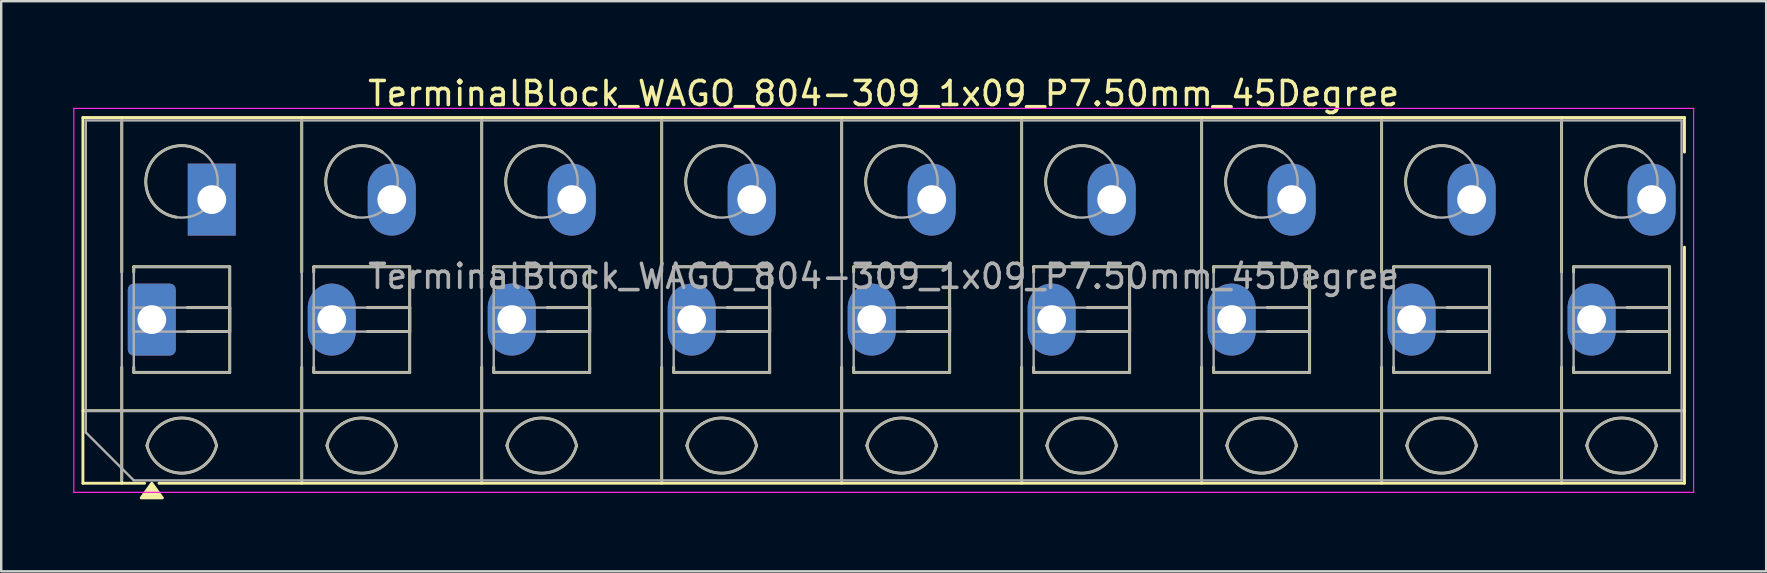
<source format=kicad_pcb>
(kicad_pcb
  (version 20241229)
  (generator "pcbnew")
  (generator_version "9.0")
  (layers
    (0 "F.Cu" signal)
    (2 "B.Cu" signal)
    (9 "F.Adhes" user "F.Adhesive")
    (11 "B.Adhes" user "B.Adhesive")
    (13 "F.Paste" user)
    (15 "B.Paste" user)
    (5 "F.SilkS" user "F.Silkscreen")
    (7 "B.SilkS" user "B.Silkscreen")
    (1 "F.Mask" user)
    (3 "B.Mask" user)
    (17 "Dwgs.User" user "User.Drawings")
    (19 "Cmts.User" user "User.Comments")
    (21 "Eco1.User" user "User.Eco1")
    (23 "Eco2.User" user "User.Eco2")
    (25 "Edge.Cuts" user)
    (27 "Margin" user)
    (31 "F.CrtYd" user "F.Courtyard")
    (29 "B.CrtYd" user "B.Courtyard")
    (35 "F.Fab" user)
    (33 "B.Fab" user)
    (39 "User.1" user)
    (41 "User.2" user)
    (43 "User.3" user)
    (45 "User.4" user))
  (footprint "TerminalBlock_WAGO_804-309_1x09_P7.50mm_45Degree"
    (layer "F.Cu")
    (at 3.275 10.268)
    (property "Reference" "TerminalBlock_WAGO_804-309_1x09_P7.50mm_45Degree" (at 30.5 -9.42 0) (layer "F.SilkS") (effects (font (size 1 1) (thickness 0.15))))
    (attr through_hole)
    (fp_line (start -2.87 -8.42) (end -2.87 6.82) (stroke (width 0.12) (type solid)) (layer "F.SilkS"))
    (fp_line (start -2.87 -8.42) (end 63.87 -8.42) (stroke (width 0.12) (type solid)) (layer "F.SilkS"))
    (fp_line (start -2.87 3.8) (end 63.87 3.8) (stroke (width 0.12) (type solid)) (layer "F.SilkS"))
    (fp_line (start -2.87 6.82) (end -0.3 6.82) (stroke (width 0.12) (type solid)) (layer "F.SilkS"))
    (fp_line (start -1.25 -8.42) (end -1.25 -1.98) (stroke (width 0.12) (type solid)) (layer "F.SilkS"))
    (fp_line (start -1.25 1.98) (end -1.25 6.82) (stroke (width 0.12) (type solid)) (layer "F.SilkS"))
    (fp_line (start -0.75 -2.2) (end -0.75 -1.98) (stroke (width 0.12) (type solid)) (layer "F.SilkS"))
    (fp_line (start -0.75 -2.2) (end 3.25 -2.2) (stroke (width 0.12) (type solid)) (layer "F.SilkS"))
    (fp_line (start -0.75 1.98) (end -0.75 2.2) (stroke (width 0.12) (type solid)) (layer "F.SilkS"))
    (fp_line (start -0.75 2.2) (end 3.25 2.2) (stroke (width 0.12) (type solid)) (layer "F.SilkS"))
    (fp_line (start 0.3 6.82) (end 63.87 6.82) (stroke (width 0.12) (type solid)) (layer "F.SilkS"))
    (fp_line (start 1.48 -0.5) (end 3.25 -0.5) (stroke (width 0.12) (type solid)) (layer "F.SilkS"))
    (fp_line (start 1.48 0.5) (end 3.25 0.5) (stroke (width 0.12) (type solid)) (layer "F.SilkS"))
    (fp_line (start 3.25 -2.2) (end 3.25 2.2) (stroke (width 0.12) (type solid)) (layer "F.SilkS"))
    (fp_line (start 3.25 -0.5) (end 3.25 0.5) (stroke (width 0.12) (type solid)) (layer "F.SilkS"))
    (fp_line (start 6.25 -8.42) (end 6.25 -1.98) (stroke (width 0.12) (type solid)) (layer "F.SilkS"))
    (fp_line (start 6.25 1.98) (end 6.25 6.82) (stroke (width 0.12) (type solid)) (layer "F.SilkS"))
    (fp_line (start 6.75 -2.2) (end 6.75 -1.98) (stroke (width 0.12) (type solid)) (layer "F.SilkS"))
    (fp_line (start 6.75 -2.2) (end 10.75 -2.2) (stroke (width 0.12) (type solid)) (layer "F.SilkS"))
    (fp_line (start 6.75 1.98) (end 6.75 2.2) (stroke (width 0.12) (type solid)) (layer "F.SilkS"))
    (fp_line (start 6.75 2.2) (end 10.75 2.2) (stroke (width 0.12) (type solid)) (layer "F.SilkS"))
    (fp_line (start 8.98 -0.5) (end 10.75 -0.5) (stroke (width 0.12) (type solid)) (layer "F.SilkS"))
    (fp_line (start 8.98 0.5) (end 10.75 0.5) (stroke (width 0.12) (type solid)) (layer "F.SilkS"))
    (fp_line (start 10.75 -2.2) (end 10.75 2.2) (stroke (width 0.12) (type solid)) (layer "F.SilkS"))
    (fp_line (start 10.75 -0.5) (end 10.75 0.5) (stroke (width 0.12) (type solid)) (layer "F.SilkS"))
    (fp_line (start 13.75 -8.42) (end 13.75 -1.98) (stroke (width 0.12) (type solid)) (layer "F.SilkS"))
    (fp_line (start 13.75 1.98) (end 13.75 6.82) (stroke (width 0.12) (type solid)) (layer "F.SilkS"))
    (fp_line (start 14.25 -2.2) (end 14.25 -1.98) (stroke (width 0.12) (type solid)) (layer "F.SilkS"))
    (fp_line (start 14.25 -2.2) (end 18.25 -2.2) (stroke (width 0.12) (type solid)) (layer "F.SilkS"))
    (fp_line (start 14.25 1.98) (end 14.25 2.2) (stroke (width 0.12) (type solid)) (layer "F.SilkS"))
    (fp_line (start 14.25 2.2) (end 18.25 2.2) (stroke (width 0.12) (type solid)) (layer "F.SilkS"))
    (fp_line (start 16.48 -0.5) (end 18.25 -0.5) (stroke (width 0.12) (type solid)) (layer "F.SilkS"))
    (fp_line (start 16.48 0.5) (end 18.25 0.5) (stroke (width 0.12) (type solid)) (layer "F.SilkS"))
    (fp_line (start 18.25 -2.2) (end 18.25 2.2) (stroke (width 0.12) (type solid)) (layer "F.SilkS"))
    (fp_line (start 18.25 -0.5) (end 18.25 0.5) (stroke (width 0.12) (type solid)) (layer "F.SilkS"))
    (fp_line (start 21.25 -8.42) (end 21.25 -1.98) (stroke (width 0.12) (type solid)) (layer "F.SilkS"))
    (fp_line (start 21.25 1.98) (end 21.25 6.82) (stroke (width 0.12) (type solid)) (layer "F.SilkS"))
    (fp_line (start 21.75 -2.2) (end 21.75 -1.98) (stroke (width 0.12) (type solid)) (layer "F.SilkS"))
    (fp_line (start 21.75 -2.2) (end 25.75 -2.2) (stroke (width 0.12) (type solid)) (layer "F.SilkS"))
    (fp_line (start 21.75 1.98) (end 21.75 2.2) (stroke (width 0.12) (type solid)) (layer "F.SilkS"))
    (fp_line (start 21.75 2.2) (end 25.75 2.2) (stroke (width 0.12) (type solid)) (layer "F.SilkS"))
    (fp_line (start 23.98 -0.5) (end 25.75 -0.5) (stroke (width 0.12) (type solid)) (layer "F.SilkS"))
    (fp_line (start 23.98 0.5) (end 25.75 0.5) (stroke (width 0.12) (type solid)) (layer "F.SilkS"))
    (fp_line (start 25.75 -2.2) (end 25.75 2.2) (stroke (width 0.12) (type solid)) (layer "F.SilkS"))
    (fp_line (start 25.75 -0.5) (end 25.75 0.5) (stroke (width 0.12) (type solid)) (layer "F.SilkS"))
    (fp_line (start 28.75 -8.42) (end 28.75 -1.98) (stroke (width 0.12) (type solid)) (layer "F.SilkS"))
    (fp_line (start 28.75 1.98) (end 28.75 6.82) (stroke (width 0.12) (type solid)) (layer "F.SilkS"))
    (fp_line (start 29.25 -2.2) (end 29.25 -1.98) (stroke (width 0.12) (type solid)) (layer "F.SilkS"))
    (fp_line (start 29.25 -2.2) (end 33.25 -2.2) (stroke (width 0.12) (type solid)) (layer "F.SilkS"))
    (fp_line (start 29.25 1.98) (end 29.25 2.2) (stroke (width 0.12) (type solid)) (layer "F.SilkS"))
    (fp_line (start 29.25 2.2) (end 33.25 2.2) (stroke (width 0.12) (type solid)) (layer "F.SilkS"))
    (fp_line (start 31.48 -0.5) (end 33.25 -0.5) (stroke (width 0.12) (type solid)) (layer "F.SilkS"))
    (fp_line (start 31.48 0.5) (end 33.25 0.5) (stroke (width 0.12) (type solid)) (layer "F.SilkS"))
    (fp_line (start 33.25 -2.2) (end 33.25 2.2) (stroke (width 0.12) (type solid)) (layer "F.SilkS"))
    (fp_line (start 33.25 -0.5) (end 33.25 0.5) (stroke (width 0.12) (type solid)) (layer "F.SilkS"))
    (fp_line (start 36.25 -8.42) (end 36.25 -1.98) (stroke (width 0.12) (type solid)) (layer "F.SilkS"))
    (fp_line (start 36.25 1.98) (end 36.25 6.82) (stroke (width 0.12) (type solid)) (layer "F.SilkS"))
    (fp_line (start 36.75 -2.2) (end 36.75 -1.98) (stroke (width 0.12) (type solid)) (layer "F.SilkS"))
    (fp_line (start 36.75 -2.2) (end 40.75 -2.2) (stroke (width 0.12) (type solid)) (layer "F.SilkS"))
    (fp_line (start 36.75 1.98) (end 36.75 2.2) (stroke (width 0.12) (type solid)) (layer "F.SilkS"))
    (fp_line (start 36.75 2.2) (end 40.75 2.2) (stroke (width 0.12) (type solid)) (layer "F.SilkS"))
    (fp_line (start 38.98 -0.5) (end 40.75 -0.5) (stroke (width 0.12) (type solid)) (layer "F.SilkS"))
    (fp_line (start 38.98 0.5) (end 40.75 0.5) (stroke (width 0.12) (type solid)) (layer "F.SilkS"))
    (fp_line (start 40.75 -2.2) (end 40.75 2.2) (stroke (width 0.12) (type solid)) (layer "F.SilkS"))
    (fp_line (start 40.75 -0.5) (end 40.75 0.5) (stroke (width 0.12) (type solid)) (layer "F.SilkS"))
    (fp_line (start 43.75 -8.42) (end 43.75 -1.98) (stroke (width 0.12) (type solid)) (layer "F.SilkS"))
    (fp_line (start 43.75 1.98) (end 43.75 6.82) (stroke (width 0.12) (type solid)) (layer "F.SilkS"))
    (fp_line (start 44.25 -2.2) (end 44.25 -1.98) (stroke (width 0.12) (type solid)) (layer "F.SilkS"))
    (fp_line (start 44.25 -2.2) (end 48.25 -2.2) (stroke (width 0.12) (type solid)) (layer "F.SilkS"))
    (fp_line (start 44.25 1.98) (end 44.25 2.2) (stroke (width 0.12) (type solid)) (layer "F.SilkS"))
    (fp_line (start 44.25 2.2) (end 48.25 2.2) (stroke (width 0.12) (type solid)) (layer "F.SilkS"))
    (fp_line (start 46.48 -0.5) (end 48.25 -0.5) (stroke (width 0.12) (type solid)) (layer "F.SilkS"))
    (fp_line (start 46.48 0.5) (end 48.25 0.5) (stroke (width 0.12) (type solid)) (layer "F.SilkS"))
    (fp_line (start 48.25 -2.2) (end 48.25 2.2) (stroke (width 0.12) (type solid)) (layer "F.SilkS"))
    (fp_line (start 48.25 -0.5) (end 48.25 0.5) (stroke (width 0.12) (type solid)) (layer "F.SilkS"))
    (fp_line (start 51.25 -8.42) (end 51.25 -1.98) (stroke (width 0.12) (type solid)) (layer "F.SilkS"))
    (fp_line (start 51.25 1.98) (end 51.25 6.82) (stroke (width 0.12) (type solid)) (layer "F.SilkS"))
    (fp_line (start 51.75 -2.2) (end 51.75 -1.98) (stroke (width 0.12) (type solid)) (layer "F.SilkS"))
    (fp_line (start 51.75 -2.2) (end 55.75 -2.2) (stroke (width 0.12) (type solid)) (layer "F.SilkS"))
    (fp_line (start 51.75 1.98) (end 51.75 2.2) (stroke (width 0.12) (type solid)) (layer "F.SilkS"))
    (fp_line (start 51.75 2.2) (end 55.75 2.2) (stroke (width 0.12) (type solid)) (layer "F.SilkS"))
    (fp_line (start 53.98 -0.5) (end 55.75 -0.5) (stroke (width 0.12) (type solid)) (layer "F.SilkS"))
    (fp_line (start 53.98 0.5) (end 55.75 0.5) (stroke (width 0.12) (type solid)) (layer "F.SilkS"))
    (fp_line (start 55.75 -2.2) (end 55.75 2.2) (stroke (width 0.12) (type solid)) (layer "F.SilkS"))
    (fp_line (start 55.75 -0.5) (end 55.75 0.5) (stroke (width 0.12) (type solid)) (layer "F.SilkS"))
    (fp_line (start 58.75 -8.42) (end 58.75 -1.98) (stroke (width 0.12) (type solid)) (layer "F.SilkS"))
    (fp_line (start 58.75 1.98) (end 58.75 6.82) (stroke (width 0.12) (type solid)) (layer "F.SilkS"))
    (fp_line (start 59.25 -2.2) (end 59.25 -1.98) (stroke (width 0.12) (type solid)) (layer "F.SilkS"))
    (fp_line (start 59.25 -2.2) (end 63.25 -2.2) (stroke (width 0.12) (type solid)) (layer "F.SilkS"))
    (fp_line (start 59.25 1.98) (end 59.25 2.2) (stroke (width 0.12) (type solid)) (layer "F.SilkS"))
    (fp_line (start 59.25 2.2) (end 63.25 2.2) (stroke (width 0.12) (type solid)) (layer "F.SilkS"))
    (fp_line (start 61.48 -0.5) (end 63.25 -0.5) (stroke (width 0.12) (type solid)) (layer "F.SilkS"))
    (fp_line (start 61.48 0.5) (end 63.25 0.5) (stroke (width 0.12) (type solid)) (layer "F.SilkS"))
    (fp_line (start 63.25 -2.2) (end 63.25 2.2) (stroke (width 0.12) (type solid)) (layer "F.SilkS"))
    (fp_line (start 63.25 -0.5) (end 63.25 0.5) (stroke (width 0.12) (type solid)) (layer "F.SilkS"))
    (fp_line (start 63.87 -8.42) (end 63.87 -6.98) (stroke (width 0.12) (type solid)) (layer "F.SilkS"))
    (fp_line (start 63.87 -3.02) (end 63.87 6.82) (stroke (width 0.12) (type solid)) (layer "F.SilkS"))
    (fp_arc (start -0.199942 5.249753) (mid 1.250127 4.099899) (end 2.7 5.25) (stroke (width 0.12) (type solid)) (layer "F.SilkS"))
    (fp_arc (start 1.02 -4.268) (mid -0.141815 -6.308637) (end 2.10843 -6.979765) (stroke (width 0.12) (type solid)) (layer "F.SilkS"))
    (fp_arc (start 2.7 5.25) (mid 1.250127 6.400101) (end -0.199942 5.250247) (stroke (width 0.12) (type solid)) (layer "F.SilkS"))
    (fp_arc (start 7.300058 5.249753) (mid 8.750127 4.099899) (end 10.2 5.25) (stroke (width 0.12) (type solid)) (layer "F.SilkS"))
    (fp_arc (start 8.52 -4.268) (mid 7.358185 -6.308637) (end 9.60843 -6.979765) (stroke (width 0.12) (type solid)) (layer "F.SilkS"))
    (fp_arc (start 10.2 5.25) (mid 8.750127 6.400101) (end 7.300058 5.250247) (stroke (width 0.12) (type solid)) (layer "F.SilkS"))
    (fp_arc (start 14.800058 5.249753) (mid 16.250127 4.099899) (end 17.7 5.25) (stroke (width 0.12) (type solid)) (layer "F.SilkS"))
    (fp_arc (start 16.02 -4.268) (mid 14.858185 -6.308637) (end 17.10843 -6.979765) (stroke (width 0.12) (type solid)) (layer "F.SilkS"))
    (fp_arc (start 17.7 5.25) (mid 16.250127 6.400101) (end 14.800058 5.250247) (stroke (width 0.12) (type solid)) (layer "F.SilkS"))
    (fp_arc (start 22.300058 5.249753) (mid 23.750127 4.099899) (end 25.2 5.25) (stroke (width 0.12) (type solid)) (layer "F.SilkS"))
    (fp_arc (start 23.52 -4.268) (mid 22.358185 -6.308637) (end 24.60843 -6.979765) (stroke (width 0.12) (type solid)) (layer "F.SilkS"))
    (fp_arc (start 25.2 5.25) (mid 23.750127 6.400101) (end 22.300058 5.250247) (stroke (width 0.12) (type solid)) (layer "F.SilkS"))
    (fp_arc (start 29.800058 5.249753) (mid 31.250127 4.099899) (end 32.7 5.25) (stroke (width 0.12) (type solid)) (layer "F.SilkS"))
    (fp_arc (start 31.02 -4.268) (mid 29.858185 -6.308637) (end 32.10843 -6.979765) (stroke (width 0.12) (type solid)) (layer "F.SilkS"))
    (fp_arc (start 32.7 5.25) (mid 31.250127 6.400101) (end 29.800058 5.250247) (stroke (width 0.12) (type solid)) (layer "F.SilkS"))
    (fp_arc (start 37.300058 5.249753) (mid 38.750127 4.099899) (end 40.2 5.25) (stroke (width 0.12) (type solid)) (layer "F.SilkS"))
    (fp_arc (start 38.52 -4.268) (mid 37.358185 -6.308637) (end 39.60843 -6.979765) (stroke (width 0.12) (type solid)) (layer "F.SilkS"))
    (fp_arc (start 40.2 5.25) (mid 38.750127 6.400101) (end 37.300058 5.250247) (stroke (width 0.12) (type solid)) (layer "F.SilkS"))
    (fp_arc (start 44.800058 5.249753) (mid 46.250127 4.099899) (end 47.7 5.25) (stroke (width 0.12) (type solid)) (layer "F.SilkS"))
    (fp_arc (start 46.02 -4.268) (mid 44.858185 -6.308637) (end 47.10843 -6.979765) (stroke (width 0.12) (type solid)) (layer "F.SilkS"))
    (fp_arc (start 47.7 5.25) (mid 46.250127 6.400101) (end 44.800058 5.250247) (stroke (width 0.12) (type solid)) (layer "F.SilkS"))
    (fp_arc (start 52.300058 5.249753) (mid 53.750127 4.099899) (end 55.2 5.25) (stroke (width 0.12) (type solid)) (layer "F.SilkS"))
    (fp_arc (start 53.52 -4.268) (mid 52.358185 -6.308637) (end 54.60843 -6.979765) (stroke (width 0.12) (type solid)) (layer "F.SilkS"))
    (fp_arc (start 55.2 5.25) (mid 53.750127 6.400101) (end 52.300058 5.250247) (stroke (width 0.12) (type solid)) (layer "F.SilkS"))
    (fp_arc (start 59.800058 5.249753) (mid 61.250127 4.099899) (end 62.7 5.25) (stroke (width 0.12) (type solid)) (layer "F.SilkS"))
    (fp_arc (start 61.02 -4.268) (mid 59.858185 -6.308637) (end 62.10843 -6.979765) (stroke (width 0.12) (type solid)) (layer "F.SilkS"))
    (fp_arc (start 62.7 5.25) (mid 61.250127 6.400101) (end 59.800058 5.250247) (stroke (width 0.12) (type solid)) (layer "F.SilkS"))
    (fp_poly (pts (xy 0 6.82) (xy 0.44 7.43) (xy -0.44 7.43)) (stroke (width 0.12) (type solid)) (fill yes) (layer "F.SilkS"))
    (fp_line (start -3.25 -8.8) (end -3.25 7.2) (stroke (width 0.05) (type solid)) (layer "F.CrtYd"))
    (fp_line (start -3.25 7.2) (end 64.25 7.2) (stroke (width 0.05) (type solid)) (layer "F.CrtYd"))
    (fp_line (start 64.25 -8.8) (end -3.25 -8.8) (stroke (width 0.05) (type solid)) (layer "F.CrtYd"))
    (fp_line (start 64.25 7.2) (end 64.25 -8.8) (stroke (width 0.05) (type solid)) (layer "F.CrtYd"))
    (fp_line (start -2.75 -8.3) (end 63.75 -8.3) (stroke (width 0.1) (type solid)) (layer "F.Fab"))
    (fp_line (start -2.75 3.8) (end 63.75 3.8) (stroke (width 0.1) (type solid)) (layer "F.Fab"))
    (fp_line (start -2.75 4.7) (end -2.75 -8.3) (stroke (width 0.1) (type solid)) (layer "F.Fab"))
    (fp_line (start -1.25 -8.3) (end -1.25 6.7) (stroke (width 0.1) (type solid)) (layer "F.Fab"))
    (fp_line (start -0.75 -2.2) (end -0.75 2.2) (stroke (width 0.1) (type solid)) (layer "F.Fab"))
    (fp_line (start -0.75 -0.5) (end -0.75 0.5) (stroke (width 0.1) (type solid)) (layer "F.Fab"))
    (fp_line (start -0.75 0.5) (end 3.25 0.5) (stroke (width 0.1) (type solid)) (layer "F.Fab"))
    (fp_line (start -0.75 2.2) (end 3.25 2.2) (stroke (width 0.1) (type solid)) (layer "F.Fab"))
    (fp_line (start -0.75 6.7) (end -2.75 4.7) (stroke (width 0.1) (type solid)) (layer "F.Fab"))
    (fp_line (start 3.25 -2.2) (end -0.75 -2.2) (stroke (width 0.1) (type solid)) (layer "F.Fab"))
    (fp_line (start 3.25 -0.5) (end -0.75 -0.5) (stroke (width 0.1) (type solid)) (layer "F.Fab"))
    (fp_line (start 3.25 0.5) (end 3.25 -0.5) (stroke (width 0.1) (type solid)) (layer "F.Fab"))
    (fp_line (start 3.25 2.2) (end 3.25 -2.2) (stroke (width 0.1) (type solid)) (layer "F.Fab"))
    (fp_line (start 6.25 -8.3) (end 6.25 6.7) (stroke (width 0.1) (type solid)) (layer "F.Fab"))
    (fp_line (start 6.75 -2.2) (end 6.75 2.2) (stroke (width 0.1) (type solid)) (layer "F.Fab"))
    (fp_line (start 6.75 -0.5) (end 6.75 0.5) (stroke (width 0.1) (type solid)) (layer "F.Fab"))
    (fp_line (start 6.75 0.5) (end 10.75 0.5) (stroke (width 0.1) (type solid)) (layer "F.Fab"))
    (fp_line (start 6.75 2.2) (end 10.75 2.2) (stroke (width 0.1) (type solid)) (layer "F.Fab"))
    (fp_line (start 10.75 -2.2) (end 6.75 -2.2) (stroke (width 0.1) (type solid)) (layer "F.Fab"))
    (fp_line (start 10.75 -0.5) (end 6.75 -0.5) (stroke (width 0.1) (type solid)) (layer "F.Fab"))
    (fp_line (start 10.75 0.5) (end 10.75 -0.5) (stroke (width 0.1) (type solid)) (layer "F.Fab"))
    (fp_line (start 10.75 2.2) (end 10.75 -2.2) (stroke (width 0.1) (type solid)) (layer "F.Fab"))
    (fp_line (start 13.75 -8.3) (end 13.75 6.7) (stroke (width 0.1) (type solid)) (layer "F.Fab"))
    (fp_line (start 14.25 -2.2) (end 14.25 2.2) (stroke (width 0.1) (type solid)) (layer "F.Fab"))
    (fp_line (start 14.25 -0.5) (end 14.25 0.5) (stroke (width 0.1) (type solid)) (layer "F.Fab"))
    (fp_line (start 14.25 0.5) (end 18.25 0.5) (stroke (width 0.1) (type solid)) (layer "F.Fab"))
    (fp_line (start 14.25 2.2) (end 18.25 2.2) (stroke (width 0.1) (type solid)) (layer "F.Fab"))
    (fp_line (start 18.25 -2.2) (end 14.25 -2.2) (stroke (width 0.1) (type solid)) (layer "F.Fab"))
    (fp_line (start 18.25 -0.5) (end 14.25 -0.5) (stroke (width 0.1) (type solid)) (layer "F.Fab"))
    (fp_line (start 18.25 0.5) (end 18.25 -0.5) (stroke (width 0.1) (type solid)) (layer "F.Fab"))
    (fp_line (start 18.25 2.2) (end 18.25 -2.2) (stroke (width 0.1) (type solid)) (layer "F.Fab"))
    (fp_line (start 21.25 -8.3) (end 21.25 6.7) (stroke (width 0.1) (type solid)) (layer "F.Fab"))
    (fp_line (start 21.75 -2.2) (end 21.75 2.2) (stroke (width 0.1) (type solid)) (layer "F.Fab"))
    (fp_line (start 21.75 -0.5) (end 21.75 0.5) (stroke (width 0.1) (type solid)) (layer "F.Fab"))
    (fp_line (start 21.75 0.5) (end 25.75 0.5) (stroke (width 0.1) (type solid)) (layer "F.Fab"))
    (fp_line (start 21.75 2.2) (end 25.75 2.2) (stroke (width 0.1) (type solid)) (layer "F.Fab"))
    (fp_line (start 25.75 -2.2) (end 21.75 -2.2) (stroke (width 0.1) (type solid)) (layer "F.Fab"))
    (fp_line (start 25.75 -0.5) (end 21.75 -0.5) (stroke (width 0.1) (type solid)) (layer "F.Fab"))
    (fp_line (start 25.75 0.5) (end 25.75 -0.5) (stroke (width 0.1) (type solid)) (layer "F.Fab"))
    (fp_line (start 25.75 2.2) (end 25.75 -2.2) (stroke (width 0.1) (type solid)) (layer "F.Fab"))
    (fp_line (start 28.75 -8.3) (end 28.75 6.7) (stroke (width 0.1) (type solid)) (layer "F.Fab"))
    (fp_line (start 29.25 -2.2) (end 29.25 2.2) (stroke (width 0.1) (type solid)) (layer "F.Fab"))
    (fp_line (start 29.25 -0.5) (end 29.25 0.5) (stroke (width 0.1) (type solid)) (layer "F.Fab"))
    (fp_line (start 29.25 0.5) (end 33.25 0.5) (stroke (width 0.1) (type solid)) (layer "F.Fab"))
    (fp_line (start 29.25 2.2) (end 33.25 2.2) (stroke (width 0.1) (type solid)) (layer "F.Fab"))
    (fp_line (start 33.25 -2.2) (end 29.25 -2.2) (stroke (width 0.1) (type solid)) (layer "F.Fab"))
    (fp_line (start 33.25 -0.5) (end 29.25 -0.5) (stroke (width 0.1) (type solid)) (layer "F.Fab"))
    (fp_line (start 33.25 0.5) (end 33.25 -0.5) (stroke (width 0.1) (type solid)) (layer "F.Fab"))
    (fp_line (start 33.25 2.2) (end 33.25 -2.2) (stroke (width 0.1) (type solid)) (layer "F.Fab"))
    (fp_line (start 36.25 -8.3) (end 36.25 6.7) (stroke (width 0.1) (type solid)) (layer "F.Fab"))
    (fp_line (start 36.75 -2.2) (end 36.75 2.2) (stroke (width 0.1) (type solid)) (layer "F.Fab"))
    (fp_line (start 36.75 -0.5) (end 36.75 0.5) (stroke (width 0.1) (type solid)) (layer "F.Fab"))
    (fp_line (start 36.75 0.5) (end 40.75 0.5) (stroke (width 0.1) (type solid)) (layer "F.Fab"))
    (fp_line (start 36.75 2.2) (end 40.75 2.2) (stroke (width 0.1) (type solid)) (layer "F.Fab"))
    (fp_line (start 40.75 -2.2) (end 36.75 -2.2) (stroke (width 0.1) (type solid)) (layer "F.Fab"))
    (fp_line (start 40.75 -0.5) (end 36.75 -0.5) (stroke (width 0.1) (type solid)) (layer "F.Fab"))
    (fp_line (start 40.75 0.5) (end 40.75 -0.5) (stroke (width 0.1) (type solid)) (layer "F.Fab"))
    (fp_line (start 40.75 2.2) (end 40.75 -2.2) (stroke (width 0.1) (type solid)) (layer "F.Fab"))
    (fp_line (start 43.75 -8.3) (end 43.75 6.7) (stroke (width 0.1) (type solid)) (layer "F.Fab"))
    (fp_line (start 44.25 -2.2) (end 44.25 2.2) (stroke (width 0.1) (type solid)) (layer "F.Fab"))
    (fp_line (start 44.25 -0.5) (end 44.25 0.5) (stroke (width 0.1) (type solid)) (layer "F.Fab"))
    (fp_line (start 44.25 0.5) (end 48.25 0.5) (stroke (width 0.1) (type solid)) (layer "F.Fab"))
    (fp_line (start 44.25 2.2) (end 48.25 2.2) (stroke (width 0.1) (type solid)) (layer "F.Fab"))
    (fp_line (start 48.25 -2.2) (end 44.25 -2.2) (stroke (width 0.1) (type solid)) (layer "F.Fab"))
    (fp_line (start 48.25 -0.5) (end 44.25 -0.5) (stroke (width 0.1) (type solid)) (layer "F.Fab"))
    (fp_line (start 48.25 0.5) (end 48.25 -0.5) (stroke (width 0.1) (type solid)) (layer "F.Fab"))
    (fp_line (start 48.25 2.2) (end 48.25 -2.2) (stroke (width 0.1) (type solid)) (layer "F.Fab"))
    (fp_line (start 51.25 -8.3) (end 51.25 6.7) (stroke (width 0.1) (type solid)) (layer "F.Fab"))
    (fp_line (start 51.75 -2.2) (end 51.75 2.2) (stroke (width 0.1) (type solid)) (layer "F.Fab"))
    (fp_line (start 51.75 -0.5) (end 51.75 0.5) (stroke (width 0.1) (type solid)) (layer "F.Fab"))
    (fp_line (start 51.75 0.5) (end 55.75 0.5) (stroke (width 0.1) (type solid)) (layer "F.Fab"))
    (fp_line (start 51.75 2.2) (end 55.75 2.2) (stroke (width 0.1) (type solid)) (layer "F.Fab"))
    (fp_line (start 55.75 -2.2) (end 51.75 -2.2) (stroke (width 0.1) (type solid)) (layer "F.Fab"))
    (fp_line (start 55.75 -0.5) (end 51.75 -0.5) (stroke (width 0.1) (type solid)) (layer "F.Fab"))
    (fp_line (start 55.75 0.5) (end 55.75 -0.5) (stroke (width 0.1) (type solid)) (layer "F.Fab"))
    (fp_line (start 55.75 2.2) (end 55.75 -2.2) (stroke (width 0.1) (type solid)) (layer "F.Fab"))
    (fp_line (start 58.75 -8.3) (end 58.75 6.7) (stroke (width 0.1) (type solid)) (layer "F.Fab"))
    (fp_line (start 59.25 -2.2) (end 59.25 2.2) (stroke (width 0.1) (type solid)) (layer "F.Fab"))
    (fp_line (start 59.25 -0.5) (end 59.25 0.5) (stroke (width 0.1) (type solid)) (layer "F.Fab"))
    (fp_line (start 59.25 0.5) (end 63.25 0.5) (stroke (width 0.1) (type solid)) (layer "F.Fab"))
    (fp_line (start 59.25 2.2) (end 63.25 2.2) (stroke (width 0.1) (type solid)) (layer "F.Fab"))
    (fp_line (start 63.25 -2.2) (end 59.25 -2.2) (stroke (width 0.1) (type solid)) (layer "F.Fab"))
    (fp_line (start 63.25 -0.5) (end 59.25 -0.5) (stroke (width 0.1) (type solid)) (layer "F.Fab"))
    (fp_line (start 63.25 0.5) (end 63.25 -0.5) (stroke (width 0.1) (type solid)) (layer "F.Fab"))
    (fp_line (start 63.25 2.2) (end 63.25 -2.2) (stroke (width 0.1) (type solid)) (layer "F.Fab"))
    (fp_line (start 63.75 -8.3) (end 63.75 6.7) (stroke (width 0.1) (type solid)) (layer "F.Fab"))
    (fp_line (start 63.75 6.7) (end -0.75 6.7) (stroke (width 0.1) (type solid)) (layer "F.Fab"))
    (fp_arc (start -0.200386 5.251649) (mid 1.249153 4.100672) (end 2.7 5.25) (stroke (width 0.1) (type solid)) (layer "F.Fab"))
    (fp_arc (start 2.7 5.25) (mid 1.250127 6.400101) (end -0.199942 5.250247) (stroke (width 0.1) (type solid)) (layer "F.Fab"))
    (fp_arc (start 7.299614 5.251649) (mid 8.749153 4.100672) (end 10.2 5.25) (stroke (width 0.1) (type solid)) (layer "F.Fab"))
    (fp_arc (start 10.2 5.25) (mid 8.750127 6.400101) (end 7.300058 5.250247) (stroke (width 0.1) (type solid)) (layer "F.Fab"))
    (fp_arc (start 14.799614 5.251649) (mid 16.249153 4.100672) (end 17.7 5.25) (stroke (width 0.1) (type solid)) (layer "F.Fab"))
    (fp_arc (start 17.7 5.25) (mid 16.250127 6.400101) (end 14.800058 5.250247) (stroke (width 0.1) (type solid)) (layer "F.Fab"))
    (fp_arc (start 22.299614 5.251649) (mid 23.749153 4.100672) (end 25.2 5.25) (stroke (width 0.1) (type solid)) (layer "F.Fab"))
    (fp_arc (start 25.2 5.25) (mid 23.750127 6.400101) (end 22.300058 5.250247) (stroke (width 0.1) (type solid)) (layer "F.Fab"))
    (fp_arc (start 29.798718 5.251205) (mid 31.249381 4.099698) (end 32.701 5.25) (stroke (width 0.1) (type solid)) (layer "F.Fab"))
    (fp_arc (start 32.701 5.25) (mid 31.250355 6.401074) (end 29.799162 5.250691) (stroke (width 0.1) (type solid)) (layer "F.Fab"))
    (fp_arc (start 37.299614 5.251649) (mid 38.749153 4.100672) (end 40.2 5.25) (stroke (width 0.1) (type solid)) (layer "F.Fab"))
    (fp_arc (start 40.2 5.25) (mid 38.750127 6.400101) (end 37.300058 5.250247) (stroke (width 0.1) (type solid)) (layer "F.Fab"))
    (fp_arc (start 44.799614 5.251649) (mid 46.249153 4.100672) (end 47.7 5.25) (stroke (width 0.1) (type solid)) (layer "F.Fab"))
    (fp_arc (start 47.7 5.25) (mid 46.250127 6.400101) (end 44.800058 5.250247) (stroke (width 0.1) (type solid)) (layer "F.Fab"))
    (fp_arc (start 52.299614 5.251649) (mid 53.749153 4.100672) (end 55.2 5.25) (stroke (width 0.1) (type solid)) (layer "F.Fab"))
    (fp_arc (start 55.2 5.25) (mid 53.750127 6.400101) (end 52.300058 5.250247) (stroke (width 0.1) (type solid)) (layer "F.Fab"))
    (fp_arc (start 59.799614 5.251649) (mid 61.249153 4.100672) (end 62.7 5.25) (stroke (width 0.1) (type solid)) (layer "F.Fab"))
    (fp_arc (start 62.7 5.25) (mid 61.250127 6.400101) (end 59.800058 5.250247) (stroke (width 0.1) (type solid)) (layer "F.Fab"))
    (fp_circle (center 1.25 -5.75) (end 2.75 -5.75) (stroke (width 0.1) (type solid)) (fill no) (layer "F.Fab"))
    (fp_circle (center 8.75 -5.75) (end 10.25 -5.75) (stroke (width 0.1) (type solid)) (fill no) (layer "F.Fab"))
    (fp_circle (center 16.25 -5.75) (end 17.75 -5.75) (stroke (width 0.1) (type solid)) (fill no) (layer "F.Fab"))
    (fp_circle (center 23.75 -5.75) (end 25.25 -5.75) (stroke (width 0.1) (type solid)) (fill no) (layer "F.Fab"))
    (fp_circle (center 31.25 -5.75) (end 32.75 -5.75) (stroke (width 0.1) (type solid)) (fill no) (layer "F.Fab"))
    (fp_circle (center 38.75 -5.75) (end 40.25 -5.75) (stroke (width 0.1) (type solid)) (fill no) (layer "F.Fab"))
    (fp_circle (center 46.25 -5.75) (end 47.75 -5.75) (stroke (width 0.1) (type solid)) (fill no) (layer "F.Fab"))
    (fp_circle (center 53.75 -5.75) (end 55.25 -5.75) (stroke (width 0.1) (type solid)) (fill no) (layer "F.Fab"))
    (fp_circle (center 61.25 -5.75) (end 62.75 -5.75) (stroke (width 0.1) (type solid)) (fill no) (layer "F.Fab"))
    (fp_text user "${REFERENCE}" (at 30.5 -1.8 0) (layer "F.Fab") (effects (font (size 1 1) (thickness 0.15))))
    (pad "1" thru_hole roundrect (at 0 0) (size 2 3) (drill 1.2) (layers "*.Cu" "*.Mask") (roundrect_rratio 0.125))
    (pad "1" thru_hole rect (at 2.5 -5) (size 2 3) (drill 1.2) (layers "*.Cu" "*.Mask"))
    (pad "2" thru_hole oval (at 7.5 0) (size 2 3) (drill 1.2) (layers "*.Cu" "*.Mask"))
    (pad "2" thru_hole oval (at 10 -5) (size 2 3) (drill 1.2) (layers "*.Cu" "*.Mask"))
    (pad "3" thru_hole oval (at 15 0) (size 2 3) (drill 1.2) (layers "*.Cu" "*.Mask"))
    (pad "3" thru_hole oval (at 17.5 -5) (size 2 3) (drill 1.2) (layers "*.Cu" "*.Mask"))
    (pad "4" thru_hole oval (at 22.5 0) (size 2 3) (drill 1.2) (layers "*.Cu" "*.Mask"))
    (pad "4" thru_hole oval (at 25 -5) (size 2 3) (drill 1.2) (layers "*.Cu" "*.Mask"))
    (pad "5" thru_hole oval (at 30 0) (size 2 3) (drill 1.2) (layers "*.Cu" "*.Mask"))
    (pad "5" thru_hole oval (at 32.5 -5) (size 2 3) (drill 1.2) (layers "*.Cu" "*.Mask"))
    (pad "6" thru_hole oval (at 37.5 0) (size 2 3) (drill 1.2) (layers "*.Cu" "*.Mask"))
    (pad "6" thru_hole oval (at 40 -5) (size 2 3) (drill 1.2) (layers "*.Cu" "*.Mask"))
    (pad "7" thru_hole oval (at 45 0) (size 2 3) (drill 1.2) (layers "*.Cu" "*.Mask"))
    (pad "7" thru_hole oval (at 47.5 -5) (size 2 3) (drill 1.2) (layers "*.Cu" "*.Mask"))
    (pad "8" thru_hole oval (at 52.5 0) (size 2 3) (drill 1.2) (layers "*.Cu" "*.Mask"))
    (pad "8" thru_hole oval (at 55 -5) (size 2 3) (drill 1.2) (layers "*.Cu" "*.Mask"))
    (pad "9" thru_hole oval (at 60 0) (size 2 3) (drill 1.2) (layers "*.Cu" "*.Mask"))
    (pad "9" thru_hole oval (at 62.5 -5) (size 2 3) (drill 1.2) (layers "*.Cu" "*.Mask")))
  (gr_rect
    (start -3 -3)
    (end 70.55 20.758)
    (stroke (width 0.1) (type default))
    (fill no)
    (layer "Edge.Cuts")))
</source>
